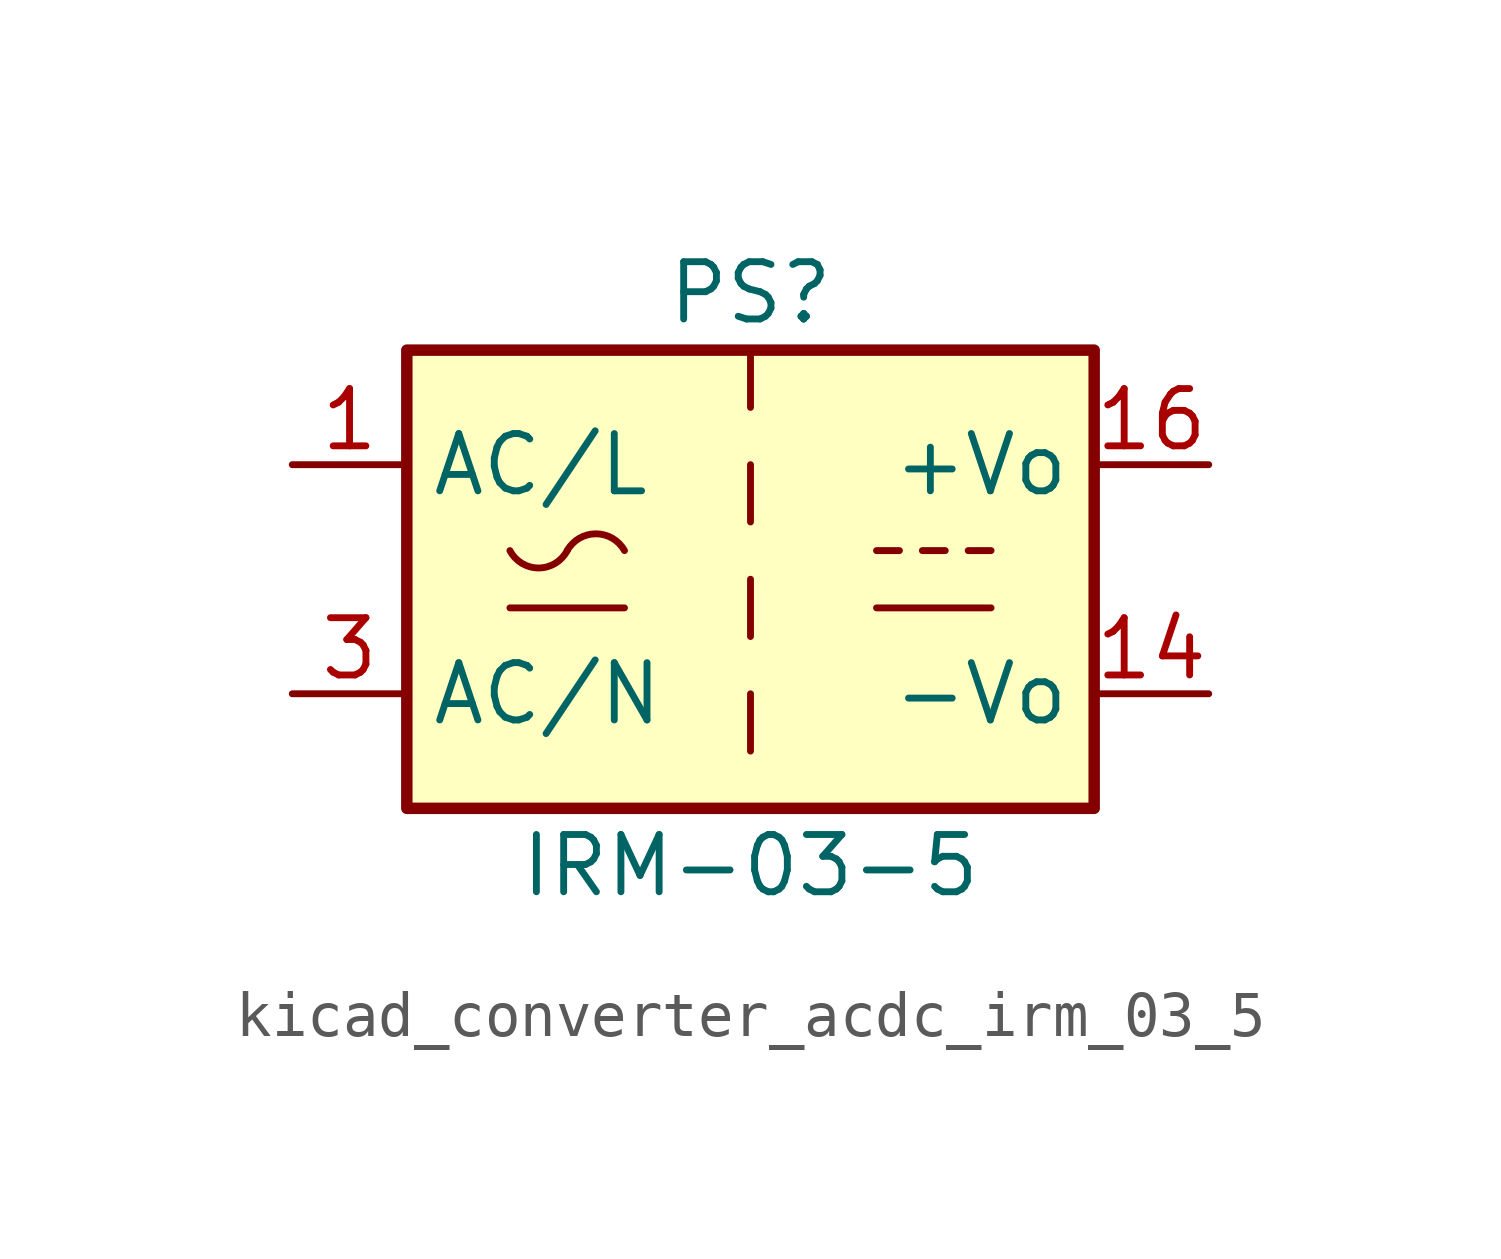
<source format=kicad_sym>
(kicad_symbol_lib
  (version 20220914)
  (generator kicad_symbol_editor)
  (symbol "kicad_converter_acdc_irm_03_5"
    (property "Reference" "PS"
      (at 0 6.35 0)
      (effects (font (size 1.27 1.27))))
    (property "Value" "IRM-03-5"
      (at 0 -6.35 0)
      (effects (font (size 1.27 1.27))))
    (symbol "kicad_converter_acdc_irm_03_5_0_1"
      (rectangle (start -7.62 5.08) (end 7.62 -5.08) (stroke (width 0.254) (type default)) (fill (type background)))
      (arc (start -5.334 0.635) (mid -4.699 0.2495) (end -4.064 0.635) (stroke (width 0) (type default)) (fill (type none)))
      (arc (start -2.794 0.635) (mid -3.429 1.0072) (end -4.064 0.635) (stroke (width 0) (type default)) (fill (type none)))
      (polyline (pts (xy -5.334 -0.635) (xy -2.794 -0.635)) (stroke (width 0) (type default)) (fill (type none)))
      (polyline (pts (xy 0 -2.54) (xy 0 -3.81)) (stroke (width 0) (type default)) (fill (type none)))
      (polyline (pts (xy 0 0) (xy 0 -1.27)) (stroke (width 0) (type default)) (fill (type none)))
      (polyline (pts (xy 0 2.54) (xy 0 1.27)) (stroke (width 0) (type default)) (fill (type none)))
      (polyline (pts (xy 0 5.08) (xy 0 3.81)) (stroke (width 0) (type default)) (fill (type none)))
      (polyline (pts (xy 2.794 -0.635) (xy 5.334 -0.635)) (stroke (width 0) (type default)) (fill (type none)))
      (polyline (pts (xy 2.794 0.635) (xy 3.302 0.635)) (stroke (width 0) (type default)) (fill (type none)))
      (polyline (pts (xy 3.81 0.635) (xy 4.318 0.635)) (stroke (width 0) (type default)) (fill (type none)))
      (polyline (pts (xy 4.826 0.635) (xy 5.334 0.635)) (stroke (width 0) (type default)) (fill (type none))))
    (symbol "kicad_converter_acdc_irm_03_5_1_1"
      (pin power_in line (at -10.16 2.54 0) (length 2.54) (name "AC/L" (effects (font (size 1.27 1.27)))) (number "1" (effects (font (size 1.27 1.27)))))
      (pin power_out line (at 10.16 -2.54 180) (length 2.54) (name "-Vo" (effects (font (size 1.27 1.27)))) (number "14" (effects (font (size 1.27 1.27)))))
      (pin power_out line (at 10.16 2.54 180) (length 2.54) (name "+Vo" (effects (font (size 1.27 1.27)))) (number "16" (effects (font (size 1.27 1.27)))))
      (pin power_in line (at -10.16 -2.54 0) (length 2.54) (name "AC/N" (effects (font (size 1.27 1.27)))) (number "3" (effects (font (size 1.27 1.27)))))
      (pin no_connect line (at -7.62 0 0) (length 2.54) hide (name "NC" (effects (font (size 1.27 1.27)))) (number "5" (effects (font (size 1.27 1.27))))))))
</source>
